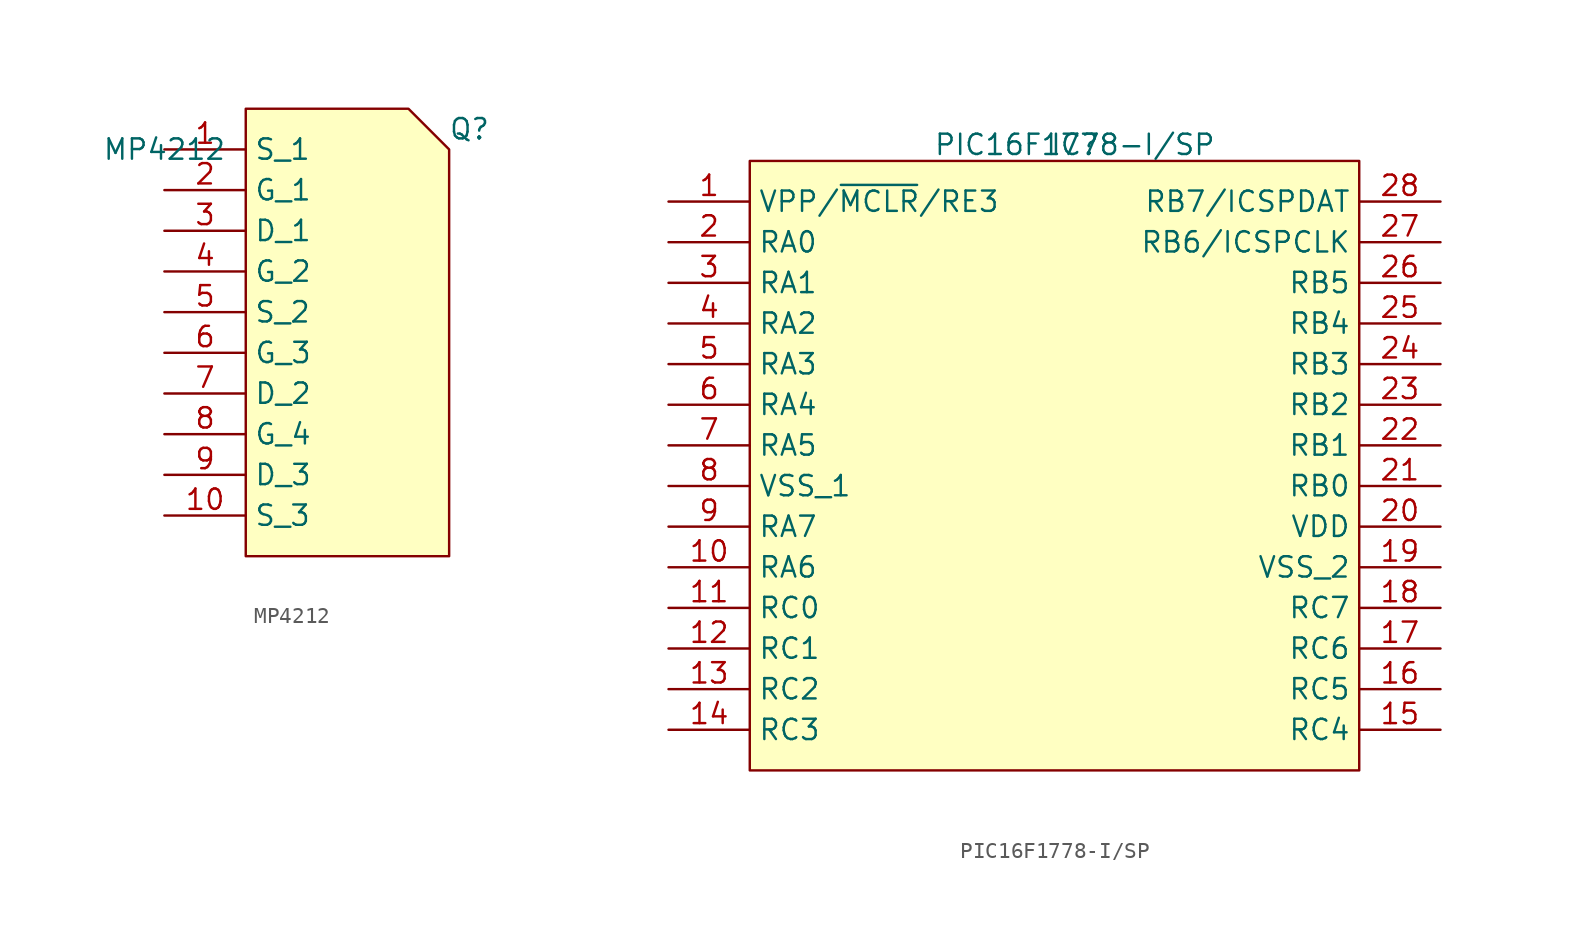
<source format=kicad_sym>
(kicad_symbol_lib
  (version 20220914)
  (generator kicad_symbol_editor)
  (symbol "MP4212"
    (property "Reference" "Q"
      (at 19.05 1.27 0)
      (effects (font (size 1.27 1.27))))
    (property "Value" "MP4212"
      (at 0 0 0)
      (effects (font (size 1.27 1.27))))
    (symbol "MP4212_0_0"
      (pin passive line (at 0 0 0) (length 5.08) (name "S_1" (effects (font (size 1.27 1.27)))) (number "1" (effects (font (size 1.27 1.27)))))
      (pin passive line (at 0 -22.86 0) (length 5.08) (name "S_3" (effects (font (size 1.27 1.27)))) (number "10" (effects (font (size 1.27 1.27)))))
      (pin passive line (at 0 -2.54 0) (length 5.08) (name "G_1" (effects (font (size 1.27 1.27)))) (number "2" (effects (font (size 1.27 1.27)))))
      (pin passive line (at 0 -5.08 0) (length 5.08) (name "D_1" (effects (font (size 1.27 1.27)))) (number "3" (effects (font (size 1.27 1.27)))))
      (pin passive line (at 0 -7.62 0) (length 5.08) (name "G_2" (effects (font (size 1.27 1.27)))) (number "4" (effects (font (size 1.27 1.27)))))
      (pin passive line (at 0 -10.16 0) (length 5.08) (name "S_2" (effects (font (size 1.27 1.27)))) (number "5" (effects (font (size 1.27 1.27)))))
      (pin passive line (at 0 -12.7 0) (length 5.08) (name "G_3" (effects (font (size 1.27 1.27)))) (number "6" (effects (font (size 1.27 1.27)))))
      (pin passive line (at 0 -15.24 0) (length 5.08) (name "D_2" (effects (font (size 1.27 1.27)))) (number "7" (effects (font (size 1.27 1.27)))))
      (pin passive line (at 0 -17.78 0) (length 5.08) (name "G_4" (effects (font (size 1.27 1.27)))) (number "8" (effects (font (size 1.27 1.27)))))
      (pin passive line (at 0 -20.32 0) (length 5.08) (name "D_3" (effects (font (size 1.27 1.27)))) (number "9" (effects (font (size 1.27 1.27))))))
    (symbol "MP4212_1_1"
      (polyline (pts (xy 5.08 2.54) (xy 5.08 -25.4) (xy 17.78 -25.4) (xy 17.78 0) (xy 15.24 2.54) (xy 5.08 2.54)) (stroke (width 0) (type default)) (fill (type background)))))
  (symbol "PIC16F1778-I/SP"
    (property "Reference" "IC"
      (at 25.4 3.556 0)
      (effects (font (size 1.27 1.27))))
    (property "Value" "PIC16F1778-I/SP"
      (at 25.4 3.556 0)
      (effects (font (size 1.27 1.27))))
    (symbol "PIC16F1778-I/SP_0_0"
      (pin passive line (at 0 0 0) (length 5.08) (name "VPP/~{MCLR}/RE3" (effects (font (size 1.27 1.27)))) (number "1" (effects (font (size 1.27 1.27)))))
      (pin passive line (at 0 -22.86 0) (length 5.08) (name "RA6" (effects (font (size 1.27 1.27)))) (number "10" (effects (font (size 1.27 1.27)))))
      (pin passive line (at 0 -25.4 0) (length 5.08) (name "RC0" (effects (font (size 1.27 1.27)))) (number "11" (effects (font (size 1.27 1.27)))))
      (pin passive line (at 0 -27.94 0) (length 5.08) (name "RC1" (effects (font (size 1.27 1.27)))) (number "12" (effects (font (size 1.27 1.27)))))
      (pin passive line (at 0 -30.48 0) (length 5.08) (name "RC2" (effects (font (size 1.27 1.27)))) (number "13" (effects (font (size 1.27 1.27)))))
      (pin passive line (at 0 -33.02 0) (length 5.08) (name "RC3" (effects (font (size 1.27 1.27)))) (number "14" (effects (font (size 1.27 1.27)))))
      (pin passive line (at 48.26 -33.02 180) (length 5.08) (name "RC4" (effects (font (size 1.27 1.27)))) (number "15" (effects (font (size 1.27 1.27)))))
      (pin passive line (at 48.26 -30.48 180) (length 5.08) (name "RC5" (effects (font (size 1.27 1.27)))) (number "16" (effects (font (size 1.27 1.27)))))
      (pin passive line (at 48.26 -27.94 180) (length 5.08) (name "RC6" (effects (font (size 1.27 1.27)))) (number "17" (effects (font (size 1.27 1.27)))))
      (pin passive line (at 48.26 -25.4 180) (length 5.08) (name "RC7" (effects (font (size 1.27 1.27)))) (number "18" (effects (font (size 1.27 1.27)))))
      (pin passive line (at 48.26 -22.86 180) (length 5.08) (name "VSS_2" (effects (font (size 1.27 1.27)))) (number "19" (effects (font (size 1.27 1.27)))))
      (pin passive line (at 0 -2.54 0) (length 5.08) (name "RA0" (effects (font (size 1.27 1.27)))) (number "2" (effects (font (size 1.27 1.27)))))
      (pin passive line (at 48.26 -20.32 180) (length 5.08) (name "VDD" (effects (font (size 1.27 1.27)))) (number "20" (effects (font (size 1.27 1.27)))))
      (pin passive line (at 48.26 -17.78 180) (length 5.08) (name "RB0" (effects (font (size 1.27 1.27)))) (number "21" (effects (font (size 1.27 1.27)))))
      (pin passive line (at 48.26 -15.24 180) (length 5.08) (name "RB1" (effects (font (size 1.27 1.27)))) (number "22" (effects (font (size 1.27 1.27)))))
      (pin passive line (at 48.26 -12.7 180) (length 5.08) (name "RB2" (effects (font (size 1.27 1.27)))) (number "23" (effects (font (size 1.27 1.27)))))
      (pin passive line (at 48.26 -10.16 180) (length 5.08) (name "RB3" (effects (font (size 1.27 1.27)))) (number "24" (effects (font (size 1.27 1.27)))))
      (pin passive line (at 48.26 -7.62 180) (length 5.08) (name "RB4" (effects (font (size 1.27 1.27)))) (number "25" (effects (font (size 1.27 1.27)))))
      (pin passive line (at 48.26 -5.08 180) (length 5.08) (name "RB5" (effects (font (size 1.27 1.27)))) (number "26" (effects (font (size 1.27 1.27)))))
      (pin passive line (at 48.26 -2.54 180) (length 5.08) (name "RB6/ICSPCLK" (effects (font (size 1.27 1.27)))) (number "27" (effects (font (size 1.27 1.27)))))
      (pin passive line (at 48.26 0 180) (length 5.08) (name "RB7/ICSPDAT" (effects (font (size 1.27 1.27)))) (number "28" (effects (font (size 1.27 1.27)))))
      (pin passive line (at 0 -5.08 0) (length 5.08) (name "RA1" (effects (font (size 1.27 1.27)))) (number "3" (effects (font (size 1.27 1.27)))))
      (pin passive line (at 0 -7.62 0) (length 5.08) (name "RA2" (effects (font (size 1.27 1.27)))) (number "4" (effects (font (size 1.27 1.27)))))
      (pin passive line (at 0 -10.16 0) (length 5.08) (name "RA3" (effects (font (size 1.27 1.27)))) (number "5" (effects (font (size 1.27 1.27)))))
      (pin passive line (at 0 -12.7 0) (length 5.08) (name "RA4" (effects (font (size 1.27 1.27)))) (number "6" (effects (font (size 1.27 1.27)))))
      (pin passive line (at 0 -15.24 0) (length 5.08) (name "RA5" (effects (font (size 1.27 1.27)))) (number "7" (effects (font (size 1.27 1.27)))))
      (pin passive line (at 0 -17.78 0) (length 5.08) (name "VSS_1" (effects (font (size 1.27 1.27)))) (number "8" (effects (font (size 1.27 1.27)))))
      (pin passive line (at 0 -20.32 0) (length 5.08) (name "RA7" (effects (font (size 1.27 1.27)))) (number "9" (effects (font (size 1.27 1.27))))))
    (symbol "PIC16F1778-I/SP_1_1"
      (polyline (pts (xy 5.08 2.54) (xy 43.18 2.54) (xy 43.18 -35.56) (xy 5.08 -35.56) (xy 5.08 2.54)) (stroke (width 0.152) (type solid)) (fill (type background))))))
</source>
